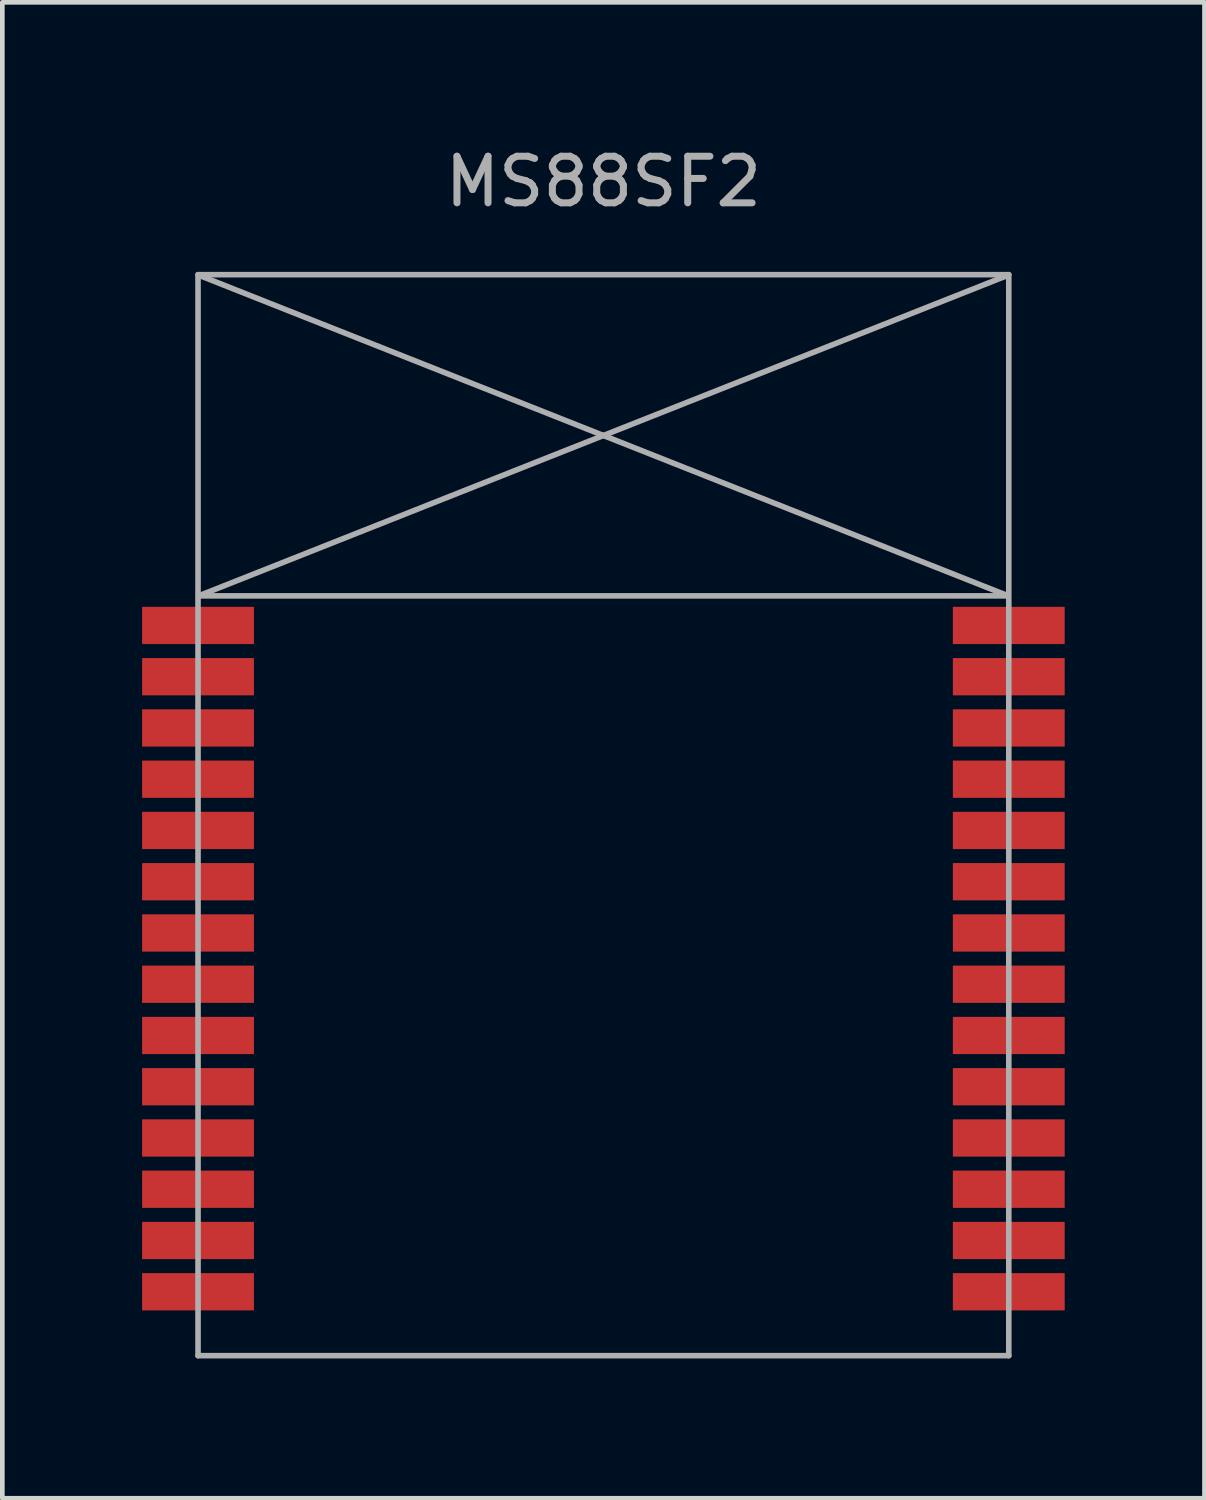
<source format=kicad_pcb>
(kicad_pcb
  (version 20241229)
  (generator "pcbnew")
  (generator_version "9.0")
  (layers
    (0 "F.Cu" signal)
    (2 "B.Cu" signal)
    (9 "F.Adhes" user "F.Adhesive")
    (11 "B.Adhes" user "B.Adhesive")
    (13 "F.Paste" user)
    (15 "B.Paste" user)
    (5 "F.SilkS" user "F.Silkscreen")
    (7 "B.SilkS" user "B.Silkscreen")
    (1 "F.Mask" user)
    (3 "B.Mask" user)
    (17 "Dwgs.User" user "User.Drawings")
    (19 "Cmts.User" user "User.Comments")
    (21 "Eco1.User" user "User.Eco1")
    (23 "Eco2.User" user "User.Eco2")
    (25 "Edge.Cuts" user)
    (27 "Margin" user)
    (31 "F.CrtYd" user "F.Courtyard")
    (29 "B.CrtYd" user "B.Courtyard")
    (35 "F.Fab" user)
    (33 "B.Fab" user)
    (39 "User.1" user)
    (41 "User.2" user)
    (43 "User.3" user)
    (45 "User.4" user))
  (footprint "MS88SF2"
    (layer "F.Cu")
    (at 9.9 17.358)
    (property "Reference" "MS88SF2" (at 0 -16.51 0) (layer "F.Fab") (effects (font (size 1 1) (thickness 0.15))))
    (attr through_hole)
    (fp_line (start -8.7 -14.513) (end 8.7 -14.513) (stroke (width 0.12) (type solid)) (layer "F.Fab"))
    (fp_line (start -8.7 8.687) (end -8.7 -14.513) (stroke (width 0.12) (type solid)) (layer "F.Fab"))
    (fp_line (start -8.7 8.687) (end 8.7 8.687) (stroke (width 0.12) (type solid)) (layer "F.Fab"))
    (fp_line (start -8.687 -7.62) (end 8.687 -7.62) (stroke (width 0.12) (type solid)) (layer "F.Fab"))
    (fp_line (start 8.687 -14.503) (end -8.687 -7.62) (stroke (width 0.12) (type solid)) (layer "F.Fab"))
    (fp_line (start 8.687 -7.62) (end -8.687 -14.503) (stroke (width 0.12) (type solid)) (layer "F.Fab"))
    (fp_line (start 8.7 8.687) (end 8.7 -14.513) (stroke (width 0.12) (type solid)) (layer "F.Fab"))
    (pad "1" smd rect (at -8.7 -6.985) (size 2.4 0.8) (layers "F.Cu" "F.Mask" "F.Paste"))
    (pad "2" smd rect (at -8.7 -5.885) (size 2.4 0.8) (layers "F.Cu" "F.Mask" "F.Paste"))
    (pad "3" smd rect (at -8.7 -4.785) (size 2.4 0.8) (layers "F.Cu" "F.Mask" "F.Paste"))
    (pad "4" smd rect (at -8.7 -3.685) (size 2.4 0.8) (layers "F.Cu" "F.Mask" "F.Paste"))
    (pad "5" smd rect (at -8.7 -2.585) (size 2.4 0.8) (layers "F.Cu" "F.Mask" "F.Paste"))
    (pad "6" smd rect (at -8.7 -1.485) (size 2.4 0.8) (layers "F.Cu" "F.Mask" "F.Paste"))
    (pad "7" smd rect (at -8.7 -0.385) (size 2.4 0.8) (layers "F.Cu" "F.Mask" "F.Paste"))
    (pad "8" smd rect (at -8.7 0.715) (size 2.4 0.8) (layers "F.Cu" "F.Mask" "F.Paste"))
    (pad "9" smd rect (at -8.7 1.815) (size 2.4 0.8) (layers "F.Cu" "F.Mask" "F.Paste"))
    (pad "10" smd rect (at -8.7 2.915) (size 2.4 0.8) (layers "F.Cu" "F.Mask" "F.Paste"))
    (pad "11" smd rect (at -8.7 4.015) (size 2.4 0.8) (layers "F.Cu" "F.Mask" "F.Paste"))
    (pad "12" smd rect (at -8.7 5.115) (size 2.4 0.8) (layers "F.Cu" "F.Mask" "F.Paste"))
    (pad "13" smd rect (at -8.7 6.215) (size 2.4 0.8) (layers "F.Cu" "F.Mask" "F.Paste"))
    (pad "14" smd rect (at -8.7 7.315) (size 2.4 0.8) (layers "F.Cu" "F.Mask" "F.Paste"))
    (pad "15" smd rect (at 8.7 7.315) (size 2.4 0.8) (layers "F.Cu" "F.Mask" "F.Paste"))
    (pad "16" smd rect (at 8.7 6.215) (size 2.4 0.8) (layers "F.Cu" "F.Mask" "F.Paste"))
    (pad "17" smd rect (at 8.7 5.115) (size 2.4 0.8) (layers "F.Cu" "F.Mask" "F.Paste"))
    (pad "18" smd rect (at 8.7 4.015) (size 2.4 0.8) (layers "F.Cu" "F.Mask" "F.Paste"))
    (pad "19" smd rect (at 8.7 2.915) (size 2.4 0.8) (layers "F.Cu" "F.Mask" "F.Paste"))
    (pad "20" smd rect (at 8.7 1.815) (size 2.4 0.8) (layers "F.Cu" "F.Mask" "F.Paste"))
    (pad "21" smd rect (at 8.7 0.715) (size 2.4 0.8) (layers "F.Cu" "F.Mask" "F.Paste"))
    (pad "22" smd rect (at 8.7 -0.385) (size 2.4 0.8) (layers "F.Cu" "F.Mask" "F.Paste"))
    (pad "23" smd rect (at 8.7 -1.485) (size 2.4 0.8) (layers "F.Cu" "F.Mask" "F.Paste"))
    (pad "24" smd rect (at 8.7 -2.585) (size 2.4 0.8) (layers "F.Cu" "F.Mask" "F.Paste"))
    (pad "25" smd rect (at 8.7 -3.685) (size 2.4 0.8) (layers "F.Cu" "F.Mask" "F.Paste"))
    (pad "26" smd rect (at 8.7 -4.785) (size 2.4 0.8) (layers "F.Cu" "F.Mask" "F.Paste"))
    (pad "27" smd rect (at 8.7 -5.885) (size 2.4 0.8) (layers "F.Cu" "F.Mask" "F.Paste"))
    (pad "28" smd rect (at 8.7 -6.985) (size 2.4 0.8) (layers "F.Cu" "F.Mask" "F.Paste")))
  (gr_rect
    (start -3 -3)
    (end 22.8 29.105)
    (stroke (width 0.1) (type default))
    (fill no)
    (layer "Edge.Cuts")))
</source>
